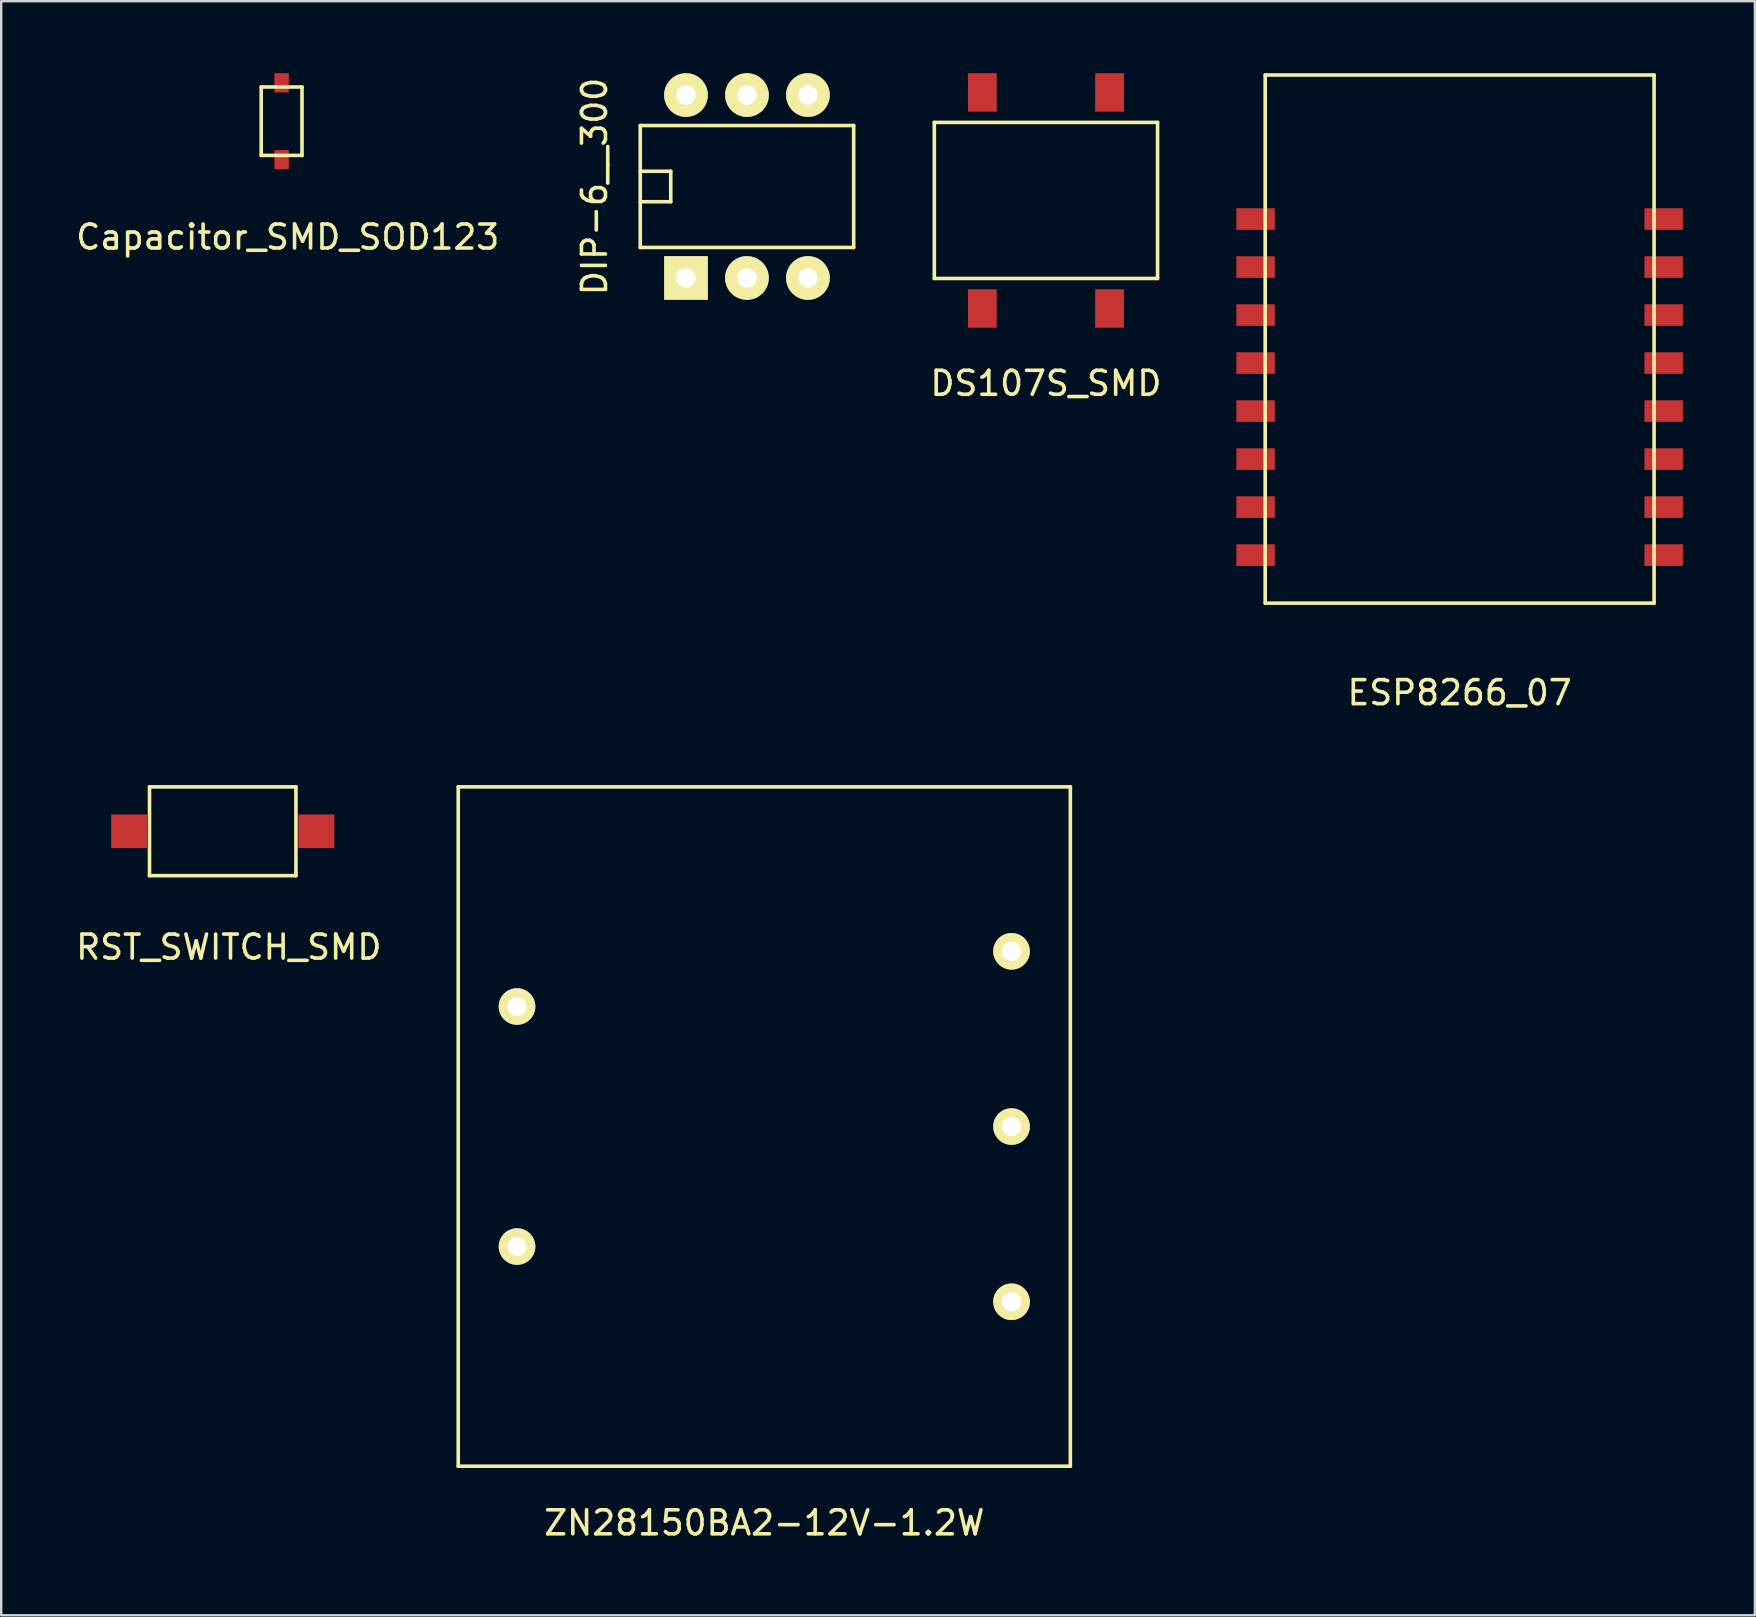
<source format=kicad_pcb>
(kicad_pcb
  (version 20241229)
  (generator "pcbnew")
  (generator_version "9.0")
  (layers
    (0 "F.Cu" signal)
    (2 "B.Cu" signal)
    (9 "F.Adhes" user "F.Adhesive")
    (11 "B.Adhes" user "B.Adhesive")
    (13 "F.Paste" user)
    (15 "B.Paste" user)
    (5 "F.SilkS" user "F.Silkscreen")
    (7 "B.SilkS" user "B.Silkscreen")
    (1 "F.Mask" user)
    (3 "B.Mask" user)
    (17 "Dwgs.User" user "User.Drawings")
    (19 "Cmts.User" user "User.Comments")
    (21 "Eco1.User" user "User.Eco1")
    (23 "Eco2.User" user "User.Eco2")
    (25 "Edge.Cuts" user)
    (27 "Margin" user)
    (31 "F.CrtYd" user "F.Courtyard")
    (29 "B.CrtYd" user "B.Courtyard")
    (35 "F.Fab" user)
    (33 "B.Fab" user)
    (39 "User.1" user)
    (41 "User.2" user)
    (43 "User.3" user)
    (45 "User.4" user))
  (footprint "Capacitor_SMD_SOD123"
    (layer "F.Cu")
    (at 8.681 2)
    (property "Reference" "Capacitor_SMD_SOD123" (at 0.254 4.826 0) (layer "F.SilkS") (effects (font (size 1 1) (thickness 0.15))))
    (attr through_hole)
    (fp_line (start -0.85 -1.425) (end -0.85 1.425) (stroke (width 0.15) (type solid)) (layer "F.SilkS"))
    (fp_line (start -0.85 -1.425) (end 0.85 -1.425) (stroke (width 0.15) (type solid)) (layer "F.SilkS"))
    (fp_line (start -0.85 1.425) (end 0.85 1.425) (stroke (width 0.15) (type solid)) (layer "F.SilkS"))
    (fp_line (start 0.85 -1.425) (end 0.85 1.425) (stroke (width 0.15) (type solid)) (layer "F.SilkS"))
    (pad "1" smd rect (at 0 1.6) (size 0.6 0.8) (layers "F.Cu" "F.Mask" "F.Paste"))
    (pad "2" smd rect (at 0 -1.6) (size 0.6 0.8) (layers "F.Cu" "F.Mask" "F.Paste")))
  (footprint "DIP-6__300"
    (layer "F.Cu")
    (at 28.067 4.72)
    (property "Reference" "DIP-6__300" (at -6.35 0 90) (layer "F.SilkS") (effects (font (size 1 1) (thickness 0.15))))
    (attr through_hole)
    (fp_line (start -4.445 -2.54) (end 4.445 -2.54) (stroke (width 0.15) (type solid)) (layer "F.SilkS"))
    (fp_line (start -4.445 -0.635) (end -3.175 -0.635) (stroke (width 0.15) (type solid)) (layer "F.SilkS"))
    (fp_line (start -4.445 2.54) (end -4.445 -2.54) (stroke (width 0.15) (type solid)) (layer "F.SilkS"))
    (fp_line (start -3.175 -0.635) (end -3.175 0.635) (stroke (width 0.15) (type solid)) (layer "F.SilkS"))
    (fp_line (start -3.175 0.635) (end -4.445 0.635) (stroke (width 0.15) (type solid)) (layer "F.SilkS"))
    (fp_line (start 4.445 -2.54) (end 4.445 2.54) (stroke (width 0.15) (type solid)) (layer "F.SilkS"))
    (fp_line (start 4.445 2.54) (end -4.445 2.54) (stroke (width 0.15) (type solid)) (layer "F.SilkS"))
    (pad "1" thru_hole rect (at -2.54 3.81) (size 1.82 1.82) (drill 0.813) (layers "*.Cu" "*.Mask" "F.SilkS"))
    (pad "2" thru_hole circle (at 0 3.81) (size 1.82 1.82) (drill 0.813) (layers "*.Cu" "*.Mask" "F.SilkS"))
    (pad "3" thru_hole circle (at 2.54 3.81) (size 1.82 1.82) (drill 0.813) (layers "*.Cu" "*.Mask" "F.SilkS"))
    (pad "4" thru_hole circle (at 2.54 -3.81) (size 1.82 1.82) (drill 0.813) (layers "*.Cu" "*.Mask" "F.SilkS"))
    (pad "5" thru_hole circle (at 0 -3.81) (size 1.82 1.82) (drill 0.813) (layers "*.Cu" "*.Mask" "F.SilkS"))
    (pad "6" thru_hole circle (at -2.54 -3.81) (size 1.82 1.82) (drill 0.813) (layers "*.Cu" "*.Mask" "F.SilkS")))
  (footprint "ESP8266_07"
    (layer "F.Cu")
    (at 57.756 11.075)
    (property "Reference" "ESP8266_07" (at 0 14.732 0) (layer "F.SilkS") (effects (font (size 1 1) (thickness 0.15))))
    (attr through_hole)
    (fp_line (start -8.1 -11) (end -8.1 11) (stroke (width 0.15) (type solid)) (layer "F.SilkS"))
    (fp_line (start -8.1 -11) (end 8.1 -11) (stroke (width 0.15) (type solid)) (layer "F.SilkS"))
    (fp_line (start -8.1 11) (end 8.1 11) (stroke (width 0.15) (type solid)) (layer "F.SilkS"))
    (fp_line (start 8.1 -11) (end 8.1 11) (stroke (width 0.15) (type solid)) (layer "F.SilkS"))
    (pad "1" smd rect (at -8.5 -5) (size 1.6 0.9) (layers "F.Cu" "F.Mask" "F.Paste"))
    (pad "2" smd rect (at -8.5 -3) (size 1.6 0.9) (layers "F.Cu" "F.Mask" "F.Paste"))
    (pad "3" smd rect (at -8.5 -1) (size 1.6 0.9) (layers "F.Cu" "F.Mask" "F.Paste"))
    (pad "4" smd rect (at -8.5 1) (size 1.6 0.9) (layers "F.Cu" "F.Mask" "F.Paste"))
    (pad "5" smd rect (at -8.5 3) (size 1.6 0.9) (layers "F.Cu" "F.Mask" "F.Paste"))
    (pad "6" smd rect (at -8.5 5) (size 1.6 0.9) (layers "F.Cu" "F.Mask" "F.Paste"))
    (pad "7" smd rect (at -8.5 7) (size 1.6 0.9) (layers "F.Cu" "F.Mask" "F.Paste"))
    (pad "8" smd rect (at -8.5 9) (size 1.6 0.9) (layers "F.Cu" "F.Mask" "F.Paste"))
    (pad "9" smd rect (at 8.5 9) (size 1.6 0.9) (layers "F.Cu" "F.Mask" "F.Paste"))
    (pad "10" smd rect (at 8.5 7) (size 1.6 0.9) (layers "F.Cu" "F.Mask" "F.Paste"))
    (pad "11" smd rect (at 8.5 5) (size 1.6 0.9) (layers "F.Cu" "F.Mask" "F.Paste"))
    (pad "12" smd rect (at 8.5 3) (size 1.6 0.9) (layers "F.Cu" "F.Mask" "F.Paste"))
    (pad "13" smd rect (at 8.5 1) (size 1.6 0.9) (layers "F.Cu" "F.Mask" "F.Paste"))
    (pad "14" smd rect (at 8.5 -1) (size 1.6 0.9) (layers "F.Cu" "F.Mask" "F.Paste"))
    (pad "15" smd rect (at 8.5 -3) (size 1.6 0.9) (layers "F.Cu" "F.Mask" "F.Paste"))
    (pad "16" smd rect (at 8.5 -5) (size 1.6 0.9) (layers "F.Cu" "F.Mask" "F.Paste")))
  (footprint "RST_SWITCH_SMD"
    (layer "F.Cu")
    (at 6.228 31.58)
    (property "Reference" "RST_SWITCH_SMD" (at 0.254 4.826 0) (layer "F.SilkS") (effects (font (size 1 1) (thickness 0.15))))
    (attr through_hole)
    (fp_line (start -3.05 -1.85) (end -3.05 1.85) (stroke (width 0.15) (type solid)) (layer "F.SilkS"))
    (fp_line (start -3.05 -1.85) (end 3.05 -1.85) (stroke (width 0.15) (type solid)) (layer "F.SilkS"))
    (fp_line (start -3.05 1.85) (end 3.05 1.85) (stroke (width 0.15) (type solid)) (layer "F.SilkS"))
    (fp_line (start 3.05 -1.85) (end 3.05 1.85) (stroke (width 0.15) (type solid)) (layer "F.SilkS"))
    (pad "1" smd rect (at -3.9 0) (size 1.5 1.4) (layers "F.Cu" "F.Mask" "F.Paste"))
    (pad "2" smd rect (at 3.9 0) (size 1.5 1.4) (layers "F.Cu" "F.Mask" "F.Paste")))
  (footprint "DS107S_SMD"
    (layer "F.Cu")
    (at 40.522 5.3)
    (property "Reference" "DS107S_SMD" (at 0 7.62 0) (layer "F.SilkS") (effects (font (size 1 1) (thickness 0.15))))
    (attr through_hole)
    (fp_line (start -4.65 -3.25) (end -4.65 3.25) (stroke (width 0.15) (type solid)) (layer "F.SilkS"))
    (fp_line (start -4.65 -3.25) (end 4.65 -3.25) (stroke (width 0.15) (type solid)) (layer "F.SilkS"))
    (fp_line (start -4.65 3.25) (end 4.65 3.25) (stroke (width 0.15) (type solid)) (layer "F.SilkS"))
    (fp_line (start 4.65 3.25) (end 4.65 -3.25) (stroke (width 0.15) (type solid)) (layer "F.SilkS"))
    (pad "1" smd rect (at -2.65 4.5) (size 1.2 1.6) (layers "F.Cu" "F.Mask" "F.Paste"))
    (pad "2" smd rect (at 2.65 4.5) (size 1.2 1.6) (layers "F.Cu" "F.Mask" "F.Paste"))
    (pad "3" smd rect (at 2.65 -4.5) (size 1.2 1.6) (layers "F.Cu" "F.Mask" "F.Paste"))
    (pad "4" smd rect (at -2.65 -4.5) (size 1.2 1.6) (layers "F.Cu" "F.Mask" "F.Paste")))
  (footprint "ZN28150BA2-12V-1.2W"
    (layer "F.Cu")
    (at 28.789 43.88)
    (property "Reference" "ZN28150BA2-12V-1.2W" (at 0 16.51 0) (layer "F.SilkS") (effects (font (size 1 1) (thickness 0.15))))
    (attr through_hole)
    (fp_line (start -12.75 -14.15) (end -12.75 14.15) (stroke (width 0.15) (type solid)) (layer "F.SilkS"))
    (fp_line (start -12.75 -14.15) (end 12.75 -14.15) (stroke (width 0.15) (type solid)) (layer "F.SilkS"))
    (fp_line (start -12.75 14.15) (end 12.75 14.15) (stroke (width 0.15) (type solid)) (layer "F.SilkS"))
    (fp_line (start 12.75 -14.15) (end 12.75 14.15) (stroke (width 0.15) (type solid)) (layer "F.SilkS"))
    (pad "1" thru_hole circle (at -10.3 -5) (size 1.524 1.524) (drill 0.8) (layers "*.Cu" "*.Mask" "F.SilkS"))
    (pad "2" thru_hole circle (at -10.3 5) (size 1.524 1.524) (drill 0.8) (layers "*.Cu" "*.Mask" "F.SilkS"))
    (pad "3" thru_hole circle (at 10.3 7.3) (size 1.524 1.524) (drill 0.8) (layers "*.Cu" "*.Mask" "F.SilkS"))
    (pad "4" thru_hole circle (at 10.3 0) (size 1.524 1.524) (drill 0.8) (layers "*.Cu" "*.Mask" "F.SilkS"))
    (pad "5" thru_hole circle (at 10.3 -7.3) (size 1.524 1.524) (drill 0.8) (layers "*.Cu" "*.Mask" "F.SilkS")))
  (gr_rect
    (start -3 -3)
    (end 70.056 64.239)
    (stroke (width 0.1) (type default))
    (fill no)
    (layer "Edge.Cuts")))
</source>
